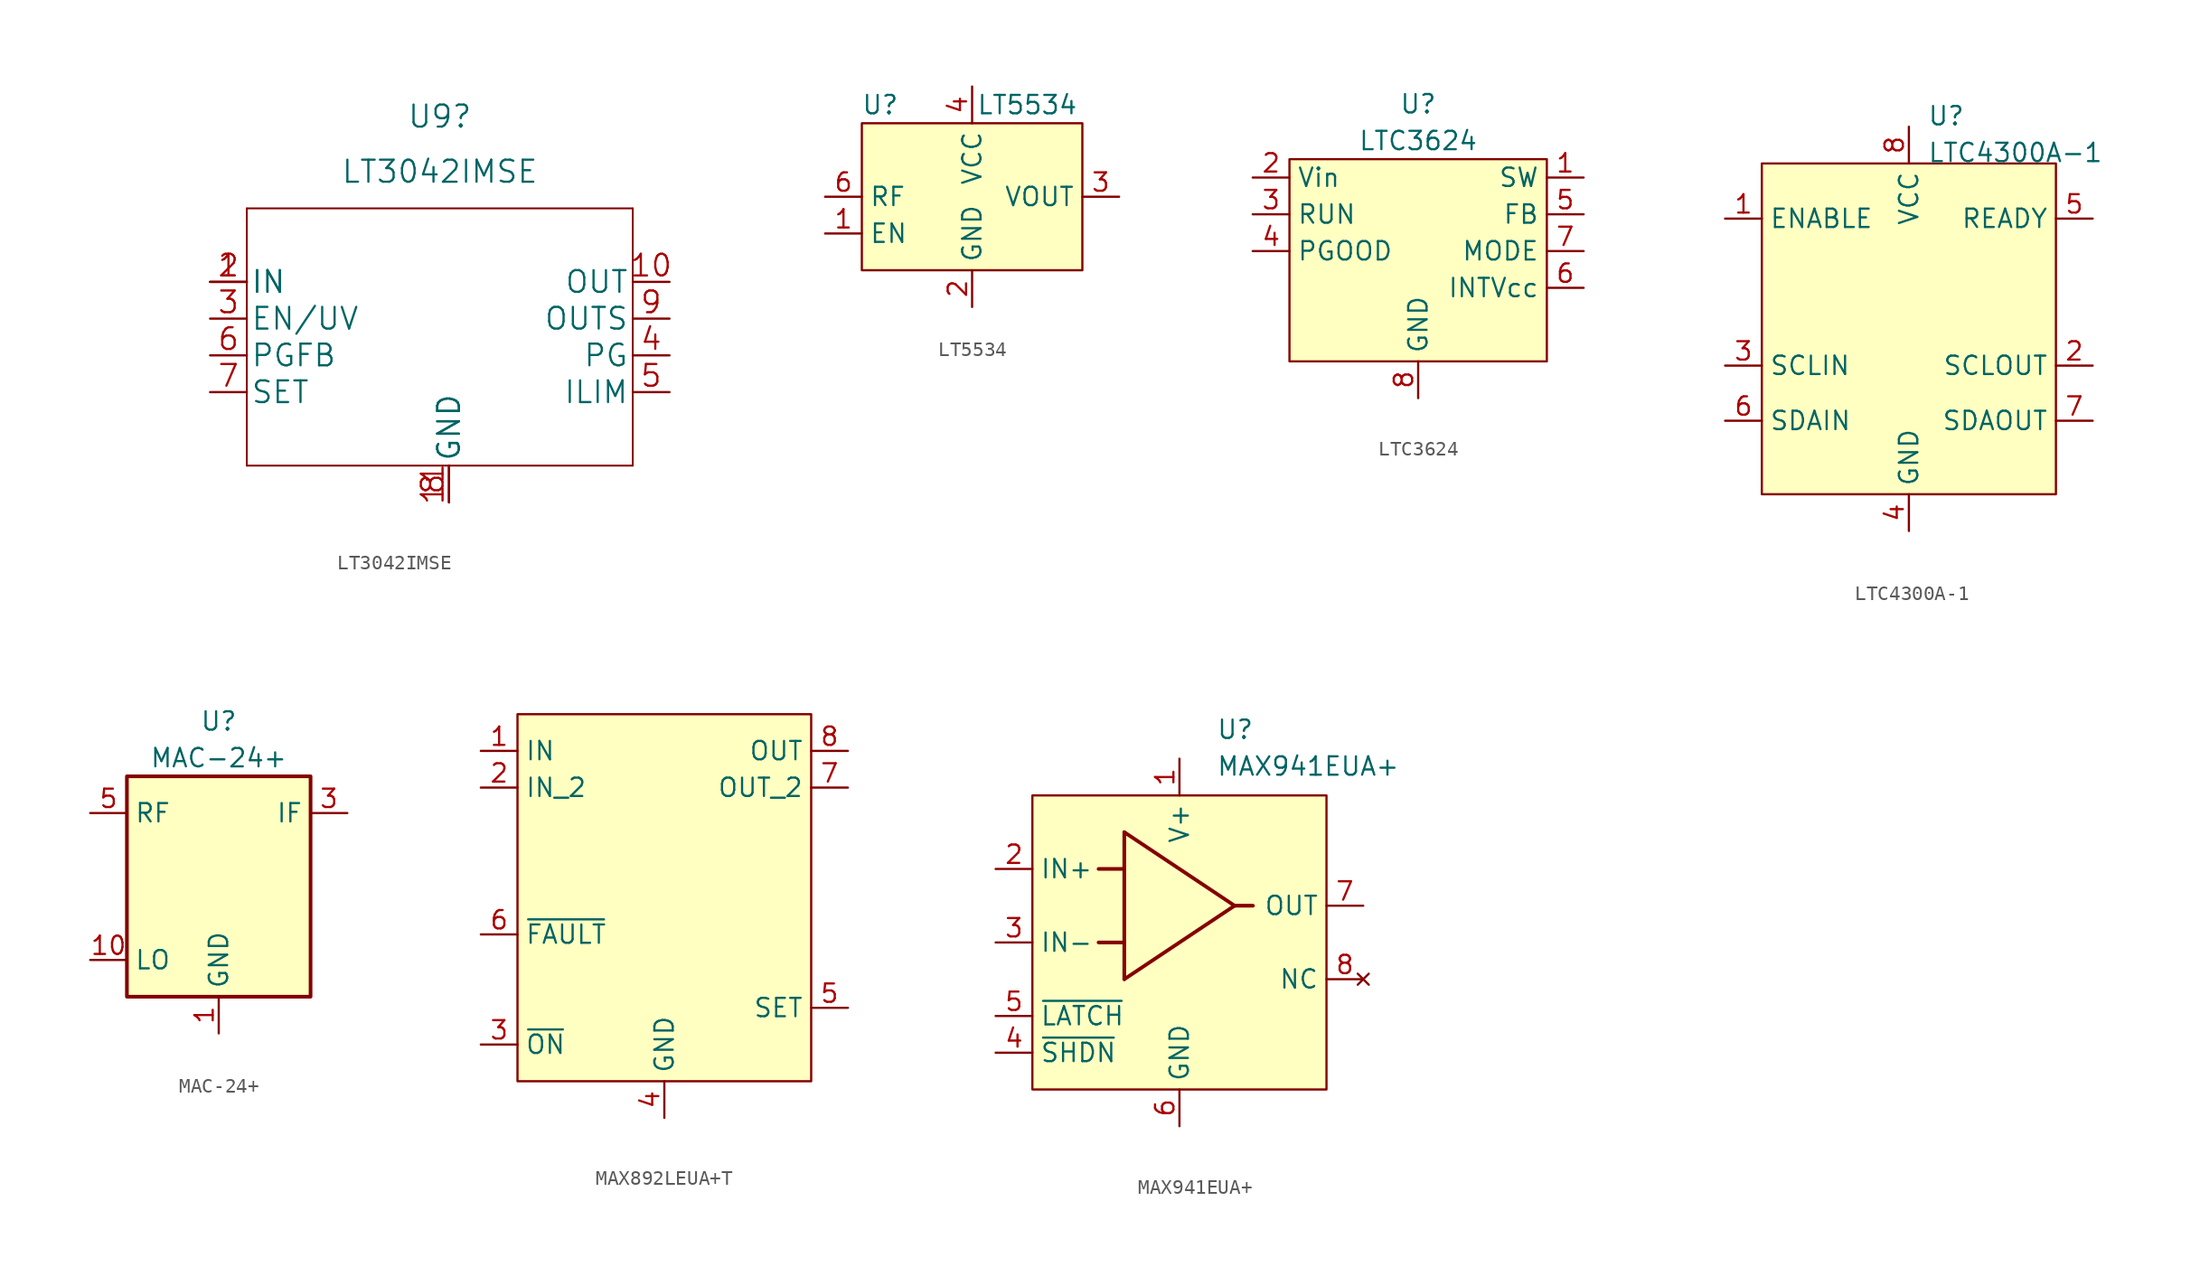
<source format=kicad_sym>
(kicad_symbol_lib
  (version 20220914)
  (generator kicad_symbol_editor)
  (symbol "LT3042IMSE"
    (pin_names
      (offset 0.254))
    (property "Reference" "U9"
      (at 20.955 11.43 0)
      (effects (font (size 1.524 1.524))))
    (property "Value" "LT3042IMSE"
      (at 20.955 7.62 0)
      (effects (font (size 1.524 1.524))))
    (property "Datasheet" ""
      (at -1.27 2.54 0)
      (effects (font (size 1.524 1.524))))
    (symbol "LT3042IMSE_1_1"
      (polyline (pts (xy 7.62 -12.7) (xy 34.29 -12.7)) (stroke (width 0.127) (type default)) (fill (type none)))
      (polyline (pts (xy 7.62 5.08) (xy 7.62 -12.7)) (stroke (width 0.127) (type default)) (fill (type none)))
      (polyline (pts (xy 34.29 -12.7) (xy 34.29 5.08)) (stroke (width 0.127) (type default)) (fill (type none)))
      (polyline (pts (xy 34.29 5.08) (xy 7.62 5.08)) (stroke (width 0.127) (type default)) (fill (type none)))
      (pin power_in line (at 5.08 0 0) (length 2.54) (name "IN" (effects (font (size 1.499 1.499)))) (number "1" (effects (font (size 1.499 1.499)))))
      (pin power_out line (at 36.83 0 180) (length 2.54) (name "OUT" (effects (font (size 1.499 1.499)))) (number "10" (effects (font (size 1.499 1.499)))))
      (pin power_in line (at 21.59 -15.24 90) (length 2.54) (name "GND" (effects (font (size 1.499 1.499)))) (number "11" (effects (font (size 1.499 1.499)))))
      (pin input line (at 5.08 0 0) (length 2.54) (name "IN" (effects (font (size 1.499 1.499)))) (number "2" (effects (font (size 1.499 1.499)))))
      (pin input line (at 5.08 -2.54 0) (length 2.54) (name "EN/UV" (effects (font (size 1.499 1.499)))) (number "3" (effects (font (size 1.499 1.499)))))
      (pin output line (at 36.83 -5.08 180) (length 2.54) (name "PG" (effects (font (size 1.499 1.499)))) (number "4" (effects (font (size 1.499 1.499)))))
      (pin passive line (at 36.83 -7.62 180) (length 2.54) (name "ILIM" (effects (font (size 1.499 1.499)))) (number "5" (effects (font (size 1.499 1.499)))))
      (pin power_in line (at 5.08 -5.08 0) (length 2.54) (name "PGFB" (effects (font (size 1.499 1.499)))) (number "6" (effects (font (size 1.499 1.499)))))
      (pin input line (at 5.08 -7.62 0) (length 2.54) (name "SET" (effects (font (size 1.499 1.499)))) (number "7" (effects (font (size 1.499 1.499)))))
      (pin power_in line (at 21.59 -15.24 90) (length 2.54) (name "GND" (effects (font (size 1.499 1.499)))) (number "8" (effects (font (size 1.499 1.499)))))
      (pin input line (at 36.83 -2.54 180) (length 2.54) (name "OUTS" (effects (font (size 1.499 1.499)))) (number "9" (effects (font (size 1.499 1.499)))))))
  (symbol "LT5534"
    (property "Reference" "U"
      (at -6.35 6.35 0)
      (effects (font (size 1.27 1.27))))
    (property "Value" "LT5534"
      (at 3.81 6.35 0)
      (effects (font (size 1.27 1.27))))
    (symbol "LT5534_1_1"
      (rectangle (start -7.62 5.08) (end 7.62 -5.08) (stroke (width 0) (type default)) (fill (type background)))
      (pin input line (at -10.16 -2.54 0) (length 2.54) (name "EN" (effects (font (size 1.27 1.27)))) (number "1" (effects (font (size 1.27 1.27)))))
      (pin power_in line (at 0 -7.62 90) (length 2.54) (name "GND" (effects (font (size 1.27 1.27)))) (number "2" (effects (font (size 1.27 1.27)))))
      (pin output line (at 10.16 0 180) (length 2.54) (name "VOUT" (effects (font (size 1.27 1.27)))) (number "3" (effects (font (size 1.27 1.27)))))
      (pin power_in line (at 0 7.62 270) (length 2.54) (name "VCC" (effects (font (size 1.27 1.27)))) (number "4" (effects (font (size 1.27 1.27)))))
      (pin passive line (at 0 -7.62 90) (length 2.54) hide (name "GND" (effects (font (size 1.27 1.27)))) (number "5" (effects (font (size 1.27 1.27)))))
      (pin input line (at -10.16 0 0) (length 2.54) (name "RF" (effects (font (size 1.27 1.27)))) (number "6" (effects (font (size 1.27 1.27)))))))
  (symbol "LTC3624"
    (property "Reference" "U"
      (at 0 10.16 0)
      (effects (font (size 1.27 1.27))))
    (property "Value" "LTC3624"
      (at 0 7.62 0)
      (effects (font (size 1.27 1.27))))
    (symbol "LTC3624_1_1"
      (rectangle (start -8.89 6.35) (end 8.89 -7.62) (stroke (width 0) (type default)) (fill (type background)))
      (pin output line (at 11.43 5.08 180) (length 2.54) (name "SW" (effects (font (size 1.27 1.27)))) (number "1" (effects (font (size 1.27 1.27)))))
      (pin power_in line (at -11.43 5.08 0) (length 2.54) (name "Vin" (effects (font (size 1.27 1.27)))) (number "2" (effects (font (size 1.27 1.27)))))
      (pin input line (at -11.43 2.54 0) (length 2.54) (name "RUN" (effects (font (size 1.27 1.27)))) (number "3" (effects (font (size 1.27 1.27)))))
      (pin output line (at -11.43 0 0) (length 2.54) (name "PGOOD" (effects (font (size 1.27 1.27)))) (number "4" (effects (font (size 1.27 1.27)))))
      (pin input line (at 11.43 2.54 180) (length 2.54) (name "FB" (effects (font (size 1.27 1.27)))) (number "5" (effects (font (size 1.27 1.27)))))
      (pin output line (at 11.43 -2.54 180) (length 2.54) (name "INTVcc" (effects (font (size 1.27 1.27)))) (number "6" (effects (font (size 1.27 1.27)))))
      (pin input line (at 11.43 0 180) (length 2.54) (name "MODE" (effects (font (size 1.27 1.27)))) (number "7" (effects (font (size 1.27 1.27)))))
      (pin power_in line (at 0 -10.16 90) (length 2.54) (name "GND" (effects (font (size 1.27 1.27)))) (number "8" (effects (font (size 1.27 1.27)))))
      (pin power_in line (at 0 -10.16 90) (length 2.54) hide (name "GND" (effects (font (size 1.27 1.27)))) (number "9" (effects (font (size 1.27 1.27)))))))
  (symbol "LTC4300A-1"
    (property "Reference" "U"
      (at 1.27 13.97 0)
      (effects (font (size 1.27 1.27)) (justify left bottom)))
    (property "Value" "LTC4300A-1"
      (at 1.27 11.43 0)
      (effects (font (size 1.27 1.27)) (justify left bottom)))
    (symbol "LTC4300A-1_1_0"
      (pin input line (at -12.7 7.62 0) (length 2.54) (name "ENABLE" (effects (font (size 1.27 1.27)))) (number "1" (effects (font (size 1.27 1.27)))))
      (pin bidirectional line (at 12.7 -2.54 180) (length 2.54) (name "SCLOUT" (effects (font (size 1.27 1.27)))) (number "2" (effects (font (size 1.27 1.27)))))
      (pin bidirectional line (at -12.7 -2.54 0) (length 2.54) (name "SCLIN" (effects (font (size 1.27 1.27)))) (number "3" (effects (font (size 1.27 1.27)))))
      (pin power_in line (at 0 -13.97 90) (length 2.54) (name "GND" (effects (font (size 1.27 1.27)))) (number "4" (effects (font (size 1.27 1.27)))))
      (pin output line (at 12.7 7.62 180) (length 2.54) (name "READY" (effects (font (size 1.27 1.27)))) (number "5" (effects (font (size 1.27 1.27)))))
      (pin bidirectional line (at -12.7 -6.35 0) (length 2.54) (name "SDAIN" (effects (font (size 1.27 1.27)))) (number "6" (effects (font (size 1.27 1.27)))))
      (pin bidirectional line (at 12.7 -6.35 180) (length 2.54) (name "SDAOUT" (effects (font (size 1.27 1.27)))) (number "7" (effects (font (size 1.27 1.27)))))
      (pin power_in line (at 0 13.97 270) (length 2.54) (name "VCC" (effects (font (size 1.27 1.27)))) (number "8" (effects (font (size 1.27 1.27))))))
    (symbol "LTC4300A-1_1_1"
      (rectangle (start -10.16 11.43) (end 10.16 -11.43) (stroke (width 0) (type default)) (fill (type background)))))
  (symbol "MAC-24+"
    (property "Reference" "U"
      (at 0 11.43 0)
      (effects (font (size 1.27 1.27))))
    (property "Value" "MAC-24+"
      (at 0 8.89 0)
      (effects (font (size 1.27 1.27))))
    (symbol "MAC-24+_1_1"
      (rectangle (start -6.35 7.62) (end 6.35 -7.62) (stroke (width 0.254) (type default)) (fill (type background)))
      (pin power_in line (at 0 -10.16 90) (length 2.54) (name "GND" (effects (font (size 1.27 1.27)))) (number "1" (effects (font (size 1.27 1.27)))))
      (pin input line (at -8.89 -5.08 0) (length 2.54) (name "LO" (effects (font (size 1.27 1.27)))) (number "10" (effects (font (size 1.27 1.27)))))
      (pin passive line (at 0 -10.16 90) (length 2.54) hide (name "GND" (effects (font (size 1.27 1.27)))) (number "2" (effects (font (size 1.27 1.27)))))
      (pin output line (at 8.89 5.08 180) (length 2.54) (name "IF" (effects (font (size 1.27 1.27)))) (number "3" (effects (font (size 1.27 1.27)))))
      (pin passive line (at 0 -10.16 90) (length 2.54) hide (name "GND" (effects (font (size 1.27 1.27)))) (number "4" (effects (font (size 1.27 1.27)))))
      (pin input line (at -8.89 5.08 0) (length 2.54) (name "RF" (effects (font (size 1.27 1.27)))) (number "5" (effects (font (size 1.27 1.27)))))
      (pin passive line (at 0 -10.16 90) (length 2.54) hide (name "GND" (effects (font (size 1.27 1.27)))) (number "6" (effects (font (size 1.27 1.27)))))
      (pin passive line (at 0 -10.16 90) (length 2.54) hide (name "GND" (effects (font (size 1.27 1.27)))) (number "7" (effects (font (size 1.27 1.27)))))
      (pin passive line (at 0 -10.16 90) (length 2.54) hide (name "GND" (effects (font (size 1.27 1.27)))) (number "8" (effects (font (size 1.27 1.27)))))
      (pin passive line (at 0 -10.16 90) (length 2.54) hide (name "GND" (effects (font (size 1.27 1.27)))) (number "9" (effects (font (size 1.27 1.27)))))))
  (symbol "MAX892LEUA+T"
    (property "Reference" "U"
      (at 0 13.97 0)
      (effects (font (size 1.27 1.27)) hide))
    (symbol "MAX892LEUA+T_1_0"
      (pin power_in line (at -12.7 7.62 0) (length 2.54) (name "IN" (effects (font (size 1.27 1.27)))) (number "1" (effects (font (size 1.27 1.27)))))
      (pin power_in line (at -12.7 5.08 0) (length 2.54) (name "IN_2" (effects (font (size 1.27 1.27)))) (number "2" (effects (font (size 1.27 1.27)))))
      (pin input line (at -12.7 -12.7 0) (length 2.54) (name "~{ON}" (effects (font (size 1.27 1.27)))) (number "3" (effects (font (size 1.27 1.27)))))
      (pin power_in line (at 0 -17.78 90) (length 2.54) (name "GND" (effects (font (size 1.27 1.27)))) (number "4" (effects (font (size 1.27 1.27)))))
      (pin input line (at 12.7 -10.16 180) (length 2.54) (name "SET" (effects (font (size 1.27 1.27)))) (number "5" (effects (font (size 1.27 1.27)))))
      (pin output line (at -12.7 -5.08 0) (length 2.54) (name "~{FAULT}" (effects (font (size 1.27 1.27)))) (number "6" (effects (font (size 1.27 1.27)))))
      (pin power_out line (at 12.7 5.08 180) (length 2.54) (name "OUT_2" (effects (font (size 1.27 1.27)))) (number "7" (effects (font (size 1.27 1.27)))))
      (pin power_out line (at 12.7 7.62 180) (length 2.54) (name "OUT" (effects (font (size 1.27 1.27)))) (number "8" (effects (font (size 1.27 1.27))))))
    (symbol "MAX892LEUA+T_1_1"
      (rectangle (start -10.16 10.16) (end 10.16 -15.24) (stroke (width 0) (type default)) (fill (type background)))))
  (symbol "MAX941EUA+"
    (property "Reference" "U"
      (at 2.54 13.97 0)
      (effects (font (size 1.27 1.27)) (justify left bottom)))
    (property "Value" "MAX941EUA+"
      (at 2.54 11.43 0)
      (effects (font (size 1.27 1.27)) (justify left bottom)))
    (symbol "MAX941EUA+_1_0"
      (rectangle (start -10.16 10.16) (end 10.16 -10.16) (stroke (width 0) (type default)) (fill (type background)))
      (polyline (pts (xy -3.81 0) (xy -5.588 0)) (stroke (width 0.254) (type solid)) (fill (type none)))
      (polyline (pts (xy -3.81 5.08) (xy -5.588 5.08)) (stroke (width 0.254) (type solid)) (fill (type none)))
      (polyline (pts (xy -3.81 7.62) (xy -3.81 -2.54)) (stroke (width 0.254) (type solid)) (fill (type none)))
      (polyline (pts (xy 3.81 2.54) (xy -3.81 -2.54)) (stroke (width 0.254) (type solid)) (fill (type none)))
      (polyline (pts (xy 3.81 2.54) (xy -3.81 7.62)) (stroke (width 0.254) (type solid)) (fill (type none)))
      (polyline (pts (xy 5.08 2.54) (xy 3.81 2.54)) (stroke (width 0.254) (type solid)) (fill (type none)))
      (pin power_in line (at 0 12.7 270) (length 2.54) (name "V+" (effects (font (size 1.27 1.27)))) (number "1" (effects (font (size 1.27 1.27)))))
      (pin input line (at -12.7 5.08 0) (length 2.54) (name "IN+" (effects (font (size 1.27 1.27)))) (number "2" (effects (font (size 1.27 1.27)))))
      (pin input line (at -12.7 0 0) (length 2.54) (name "IN-" (effects (font (size 1.27 1.27)))) (number "3" (effects (font (size 1.27 1.27)))))
      (pin input line (at -12.7 -7.62 0) (length 2.54) (name "~{SHDN}" (effects (font (size 1.27 1.27)))) (number "4" (effects (font (size 1.27 1.27)))))
      (pin input line (at -12.7 -5.08 0) (length 2.54) (name "~{LATCH}" (effects (font (size 1.27 1.27)))) (number "5" (effects (font (size 1.27 1.27)))))
      (pin power_in line (at 0 -12.7 90) (length 2.54) (name "GND" (effects (font (size 1.27 1.27)))) (number "6" (effects (font (size 1.27 1.27)))))
      (pin output line (at 12.7 2.54 180) (length 2.54) (name "OUT" (effects (font (size 1.27 1.27)))) (number "7" (effects (font (size 1.27 1.27)))))
      (pin no_connect line (at 12.7 -2.54 180) (length 2.54) (name "NC" (effects (font (size 1.27 1.27)))) (number "8" (effects (font (size 1.27 1.27))))))))
</source>
